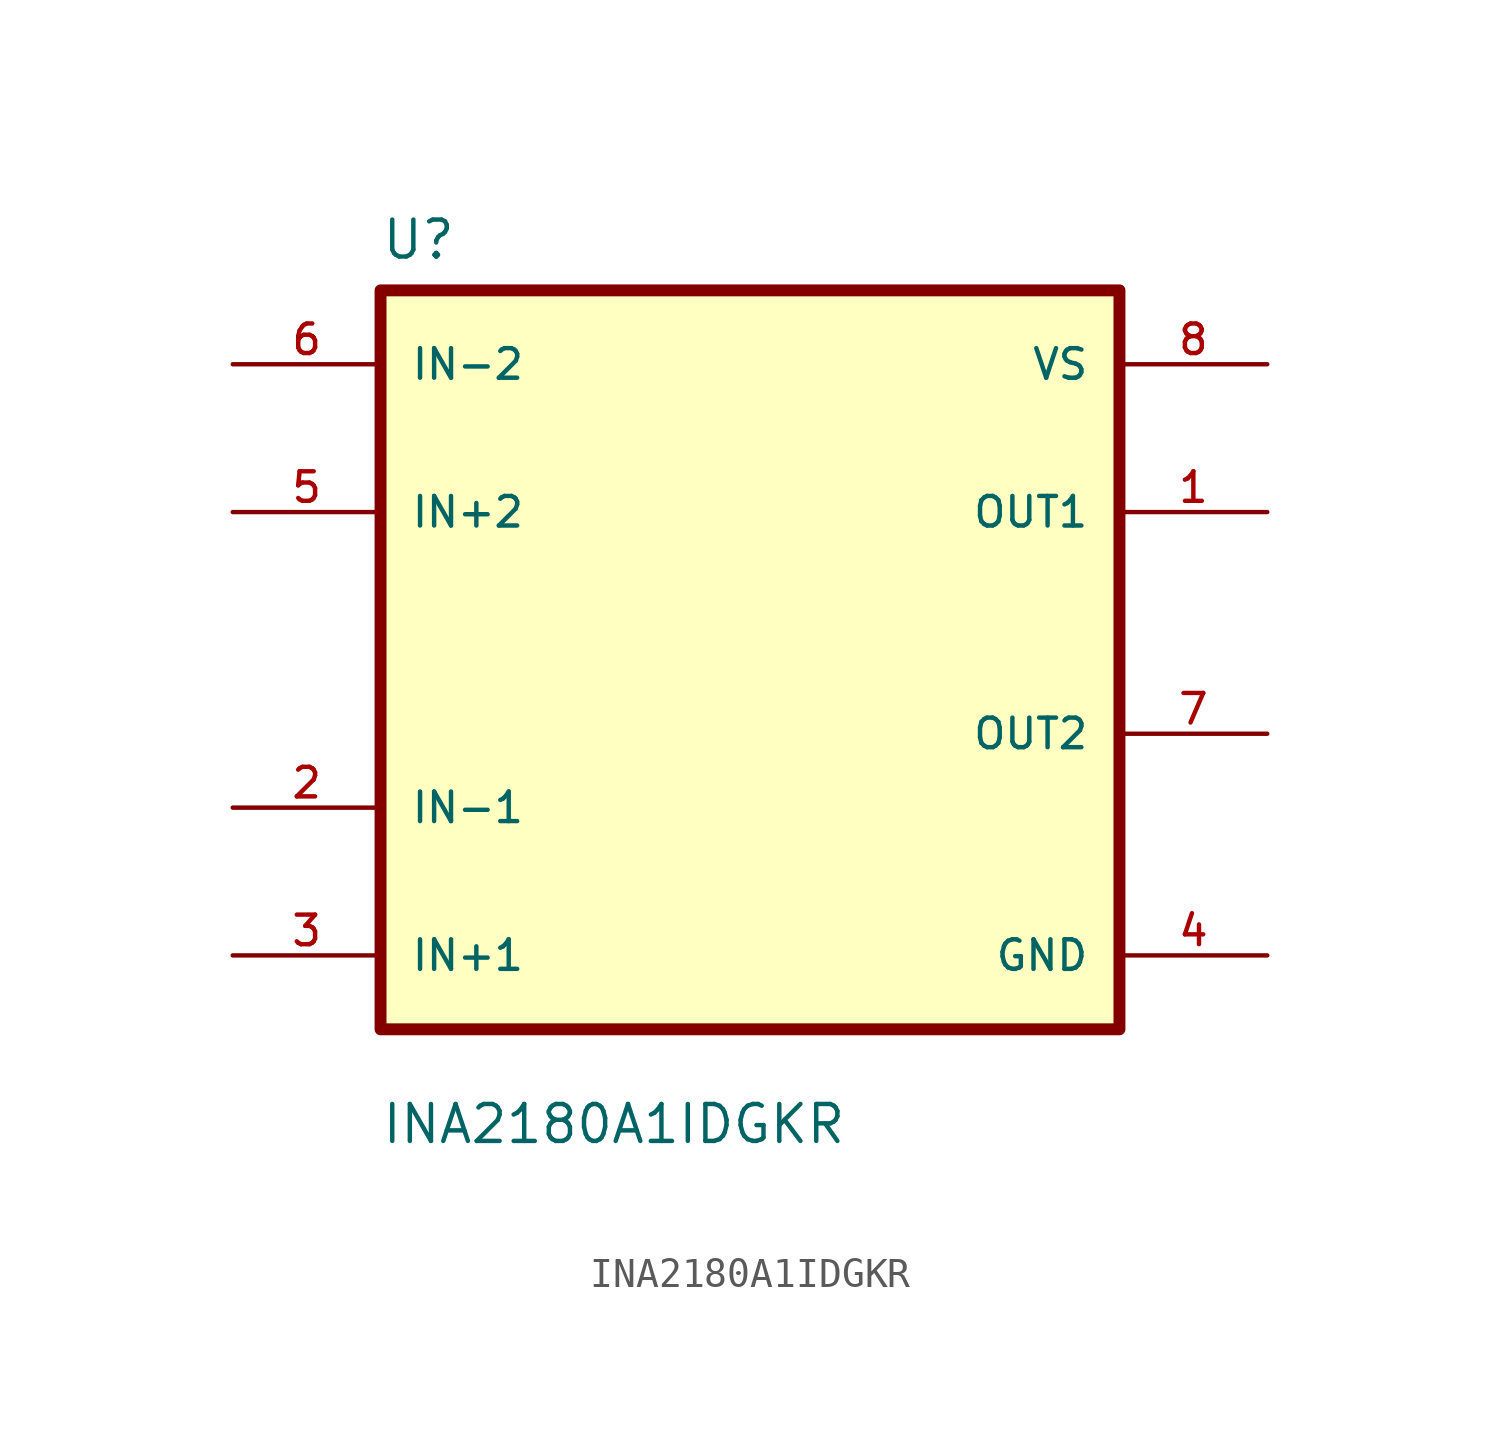
<source format=kicad_sym>
(kicad_symbol_lib
  (version 20231120)
  (generator "kicad_symbol_editor")
  (generator_version "8.0")
  (symbol "INA2180A1IDGKR"
    (pin_names
      (offset 1.016))
    (property "Reference" "U"
      (at -12.7 13.7 0)
      (effects (font (size 1.27 1.27)) (justify left bottom)))
    (property "Value" "INA2180A1IDGKR"
      (at -12.7 -16.7 0)
      (effects (font (size 1.27 1.27)) (justify left bottom)))
    (symbol "INA2180A1IDGKR_0_0"
      (rectangle (start -12.7 12.7) (end 12.7 -12.7) (stroke (width 0.41) (type default)) (fill (type background)))
      (pin output line (at 17.78 5.08 180) (length 5.08) (name "OUT1" (effects (font (size 1.016 1.016)))) (number "1" (effects (font (size 1.016 1.016)))))
      (pin input line (at -17.78 -5.08 0) (length 5.08) (name "IN-1" (effects (font (size 1.016 1.016)))) (number "2" (effects (font (size 1.016 1.016)))))
      (pin input line (at -17.78 -10.16 0) (length 5.08) (name "IN+1" (effects (font (size 1.016 1.016)))) (number "3" (effects (font (size 1.016 1.016)))))
      (pin power_in line (at 17.78 -10.16 180) (length 5.08) (name "GND" (effects (font (size 1.016 1.016)))) (number "4" (effects (font (size 1.016 1.016)))))
      (pin input line (at -17.78 5.08 0) (length 5.08) (name "IN+2" (effects (font (size 1.016 1.016)))) (number "5" (effects (font (size 1.016 1.016)))))
      (pin input line (at -17.78 10.16 0) (length 5.08) (name "IN-2" (effects (font (size 1.016 1.016)))) (number "6" (effects (font (size 1.016 1.016)))))
      (pin output line (at 17.78 -2.54 180) (length 5.08) (name "OUT2" (effects (font (size 1.016 1.016)))) (number "7" (effects (font (size 1.016 1.016)))))
      (pin power_in line (at 17.78 10.16 180) (length 5.08) (name "VS" (effects (font (size 1.016 1.016)))) (number "8" (effects (font (size 1.016 1.016))))))))
</source>
